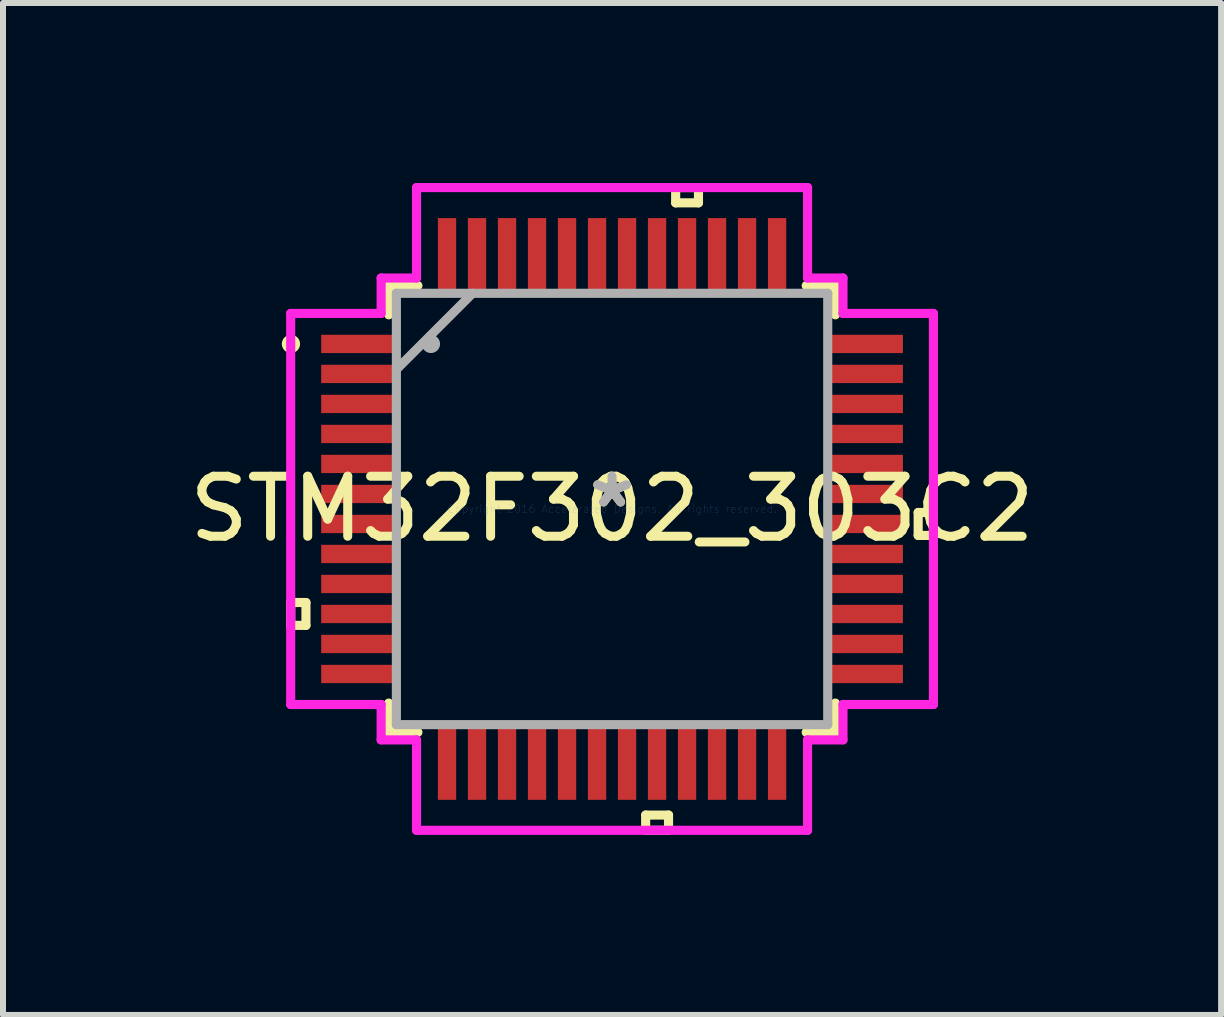
<source format=kicad_pcb>
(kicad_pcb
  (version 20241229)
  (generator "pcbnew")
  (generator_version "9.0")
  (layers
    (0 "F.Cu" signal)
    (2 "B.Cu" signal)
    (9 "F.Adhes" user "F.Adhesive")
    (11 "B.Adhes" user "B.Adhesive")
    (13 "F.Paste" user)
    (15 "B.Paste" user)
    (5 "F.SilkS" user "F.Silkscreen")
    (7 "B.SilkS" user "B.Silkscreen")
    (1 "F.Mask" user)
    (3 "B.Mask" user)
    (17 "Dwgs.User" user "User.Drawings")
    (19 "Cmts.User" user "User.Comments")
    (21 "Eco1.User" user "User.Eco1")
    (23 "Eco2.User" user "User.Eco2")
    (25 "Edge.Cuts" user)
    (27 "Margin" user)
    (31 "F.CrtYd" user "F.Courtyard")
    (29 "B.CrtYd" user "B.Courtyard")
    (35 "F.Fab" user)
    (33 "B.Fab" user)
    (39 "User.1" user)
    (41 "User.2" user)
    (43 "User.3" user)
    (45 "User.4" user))
  (footprint "STM32F302_303C2"
    (layer "F.Cu")
    (at 7.149 5.431)
    (property "Reference" "STM32F302_303C2" (at 0 0 0) (layer "F.SilkS") (effects (font (size 1 1) (thickness 0.15))))
    (attr through_hole)
    (fp_line (start -5.355 1.559) (end -5.355 1.94) (stroke (width 0.152) (type solid)) (layer "F.SilkS"))
    (fp_line (start -5.355 1.94) (end -5.101 1.94) (stroke (width 0.152) (type solid)) (layer "F.SilkS"))
    (fp_line (start -5.101 1.559) (end -5.355 1.559) (stroke (width 0.152) (type solid)) (layer "F.SilkS"))
    (fp_line (start -5.101 1.94) (end -5.101 1.559) (stroke (width 0.152) (type solid)) (layer "F.SilkS"))
    (fp_line (start -3.721 -3.721) (end -3.721 -3.235) (stroke (width 0.152) (type solid)) (layer "F.SilkS"))
    (fp_line (start -3.721 3.235) (end -3.721 3.721) (stroke (width 0.152) (type solid)) (layer "F.SilkS"))
    (fp_line (start -3.721 3.721) (end -3.235 3.721) (stroke (width 0.152) (type solid)) (layer "F.SilkS"))
    (fp_line (start -3.235 -3.721) (end -3.721 -3.721) (stroke (width 0.152) (type solid)) (layer "F.SilkS"))
    (fp_line (start 0.56 5.101) (end 0.56 5.355) (stroke (width 0.152) (type solid)) (layer "F.SilkS"))
    (fp_line (start 0.56 5.355) (end 0.941 5.355) (stroke (width 0.152) (type solid)) (layer "F.SilkS"))
    (fp_line (start 0.941 5.101) (end 0.56 5.101) (stroke (width 0.152) (type solid)) (layer "F.SilkS"))
    (fp_line (start 0.941 5.355) (end 0.941 5.101) (stroke (width 0.152) (type solid)) (layer "F.SilkS"))
    (fp_line (start 1.06 -5.355) (end 1.44 -5.355) (stroke (width 0.152) (type solid)) (layer "F.SilkS"))
    (fp_line (start 1.06 -5.101) (end 1.06 -5.355) (stroke (width 0.152) (type solid)) (layer "F.SilkS"))
    (fp_line (start 1.44 -5.355) (end 1.44 -5.101) (stroke (width 0.152) (type solid)) (layer "F.SilkS"))
    (fp_line (start 1.44 -5.101) (end 1.06 -5.101) (stroke (width 0.152) (type solid)) (layer "F.SilkS"))
    (fp_line (start 3.235 3.721) (end 3.721 3.721) (stroke (width 0.152) (type solid)) (layer "F.SilkS"))
    (fp_line (start 3.721 -3.721) (end 3.235 -3.721) (stroke (width 0.152) (type solid)) (layer "F.SilkS"))
    (fp_line (start 3.721 -3.235) (end 3.721 -3.721) (stroke (width 0.152) (type solid)) (layer "F.SilkS"))
    (fp_line (start 3.721 3.721) (end 3.721 3.235) (stroke (width 0.152) (type solid)) (layer "F.SilkS"))
    (fp_line (start 5.101 0.059) (end 5.355 0.059) (stroke (width 0.152) (type solid)) (layer "F.SilkS"))
    (fp_line (start 5.101 0.441) (end 5.101 0.059) (stroke (width 0.152) (type solid)) (layer "F.SilkS"))
    (fp_line (start 5.355 0.059) (end 5.355 0.441) (stroke (width 0.152) (type solid)) (layer "F.SilkS"))
    (fp_line (start 5.355 0.441) (end 5.101 0.441) (stroke (width 0.152) (type solid)) (layer "F.SilkS"))
    (fp_circle (center -5.351 -2.75) (end -5.275 -2.75) (stroke (width 0.152) (type solid)) (fill no) (layer "F.SilkS"))
    (fp_line (start -5.355 -3.258) (end -3.848 -3.258) (stroke (width 0.152) (type solid)) (layer "F.CrtYd"))
    (fp_line (start -5.355 3.258) (end -5.355 -3.258) (stroke (width 0.152) (type solid)) (layer "F.CrtYd"))
    (fp_line (start -3.848 -3.848) (end -3.258 -3.848) (stroke (width 0.152) (type solid)) (layer "F.CrtYd"))
    (fp_line (start -3.848 -3.258) (end -3.848 -3.848) (stroke (width 0.152) (type solid)) (layer "F.CrtYd"))
    (fp_line (start -3.848 3.258) (end -5.355 3.258) (stroke (width 0.152) (type solid)) (layer "F.CrtYd"))
    (fp_line (start -3.848 3.848) (end -3.848 3.258) (stroke (width 0.152) (type solid)) (layer "F.CrtYd"))
    (fp_line (start -3.258 -5.355) (end 3.258 -5.355) (stroke (width 0.152) (type solid)) (layer "F.CrtYd"))
    (fp_line (start -3.258 -3.848) (end -3.258 -5.355) (stroke (width 0.152) (type solid)) (layer "F.CrtYd"))
    (fp_line (start -3.258 3.848) (end -3.848 3.848) (stroke (width 0.152) (type solid)) (layer "F.CrtYd"))
    (fp_line (start -3.258 5.355) (end -3.258 3.848) (stroke (width 0.152) (type solid)) (layer "F.CrtYd"))
    (fp_line (start 3.258 -5.355) (end 3.258 -3.848) (stroke (width 0.152) (type solid)) (layer "F.CrtYd"))
    (fp_line (start 3.258 -3.848) (end 3.848 -3.848) (stroke (width 0.152) (type solid)) (layer "F.CrtYd"))
    (fp_line (start 3.258 3.848) (end 3.258 5.355) (stroke (width 0.152) (type solid)) (layer "F.CrtYd"))
    (fp_line (start 3.258 5.355) (end -3.258 5.355) (stroke (width 0.152) (type solid)) (layer "F.CrtYd"))
    (fp_line (start 3.848 -3.848) (end 3.848 -3.258) (stroke (width 0.152) (type solid)) (layer "F.CrtYd"))
    (fp_line (start 3.848 -3.258) (end 5.355 -3.258) (stroke (width 0.152) (type solid)) (layer "F.CrtYd"))
    (fp_line (start 3.848 3.258) (end 3.848 3.848) (stroke (width 0.152) (type solid)) (layer "F.CrtYd"))
    (fp_line (start 3.848 3.848) (end 3.258 3.848) (stroke (width 0.152) (type solid)) (layer "F.CrtYd"))
    (fp_line (start 5.355 -3.258) (end 5.355 3.258) (stroke (width 0.152) (type solid)) (layer "F.CrtYd"))
    (fp_line (start 5.355 3.258) (end 3.848 3.258) (stroke (width 0.152) (type solid)) (layer "F.CrtYd"))
    (fp_line (start -3.594 -3.594) (end -3.594 3.594) (stroke (width 0.152) (type solid)) (layer "F.Fab"))
    (fp_line (start -3.594 -2.324) (end -2.324 -3.594) (stroke (width 0.152) (type solid)) (layer "F.Fab"))
    (fp_line (start -3.594 3.594) (end 3.594 3.594) (stroke (width 0.152) (type solid)) (layer "F.Fab"))
    (fp_line (start 3.594 -3.594) (end -3.594 -3.594) (stroke (width 0.152) (type solid)) (layer "F.Fab"))
    (fp_line (start 3.594 3.594) (end 3.594 -3.594) (stroke (width 0.152) (type solid)) (layer "F.Fab"))
    (fp_circle (center -3.018 -2.75) (end -2.942 -2.75) (stroke (width 0.152) (type solid)) (fill no) (layer "F.Fab"))
    (fp_text user "*" (at 0 0 0) (layer "F.SilkS") (effects (font (size 1 1) (thickness 0.15))))
    (fp_text user "Copyright 2016 Accelerated Designs. All rights reserved." (at 0 0 0) (layer "Cmts.User") (effects (font (size 0.127 0.127) (thickness 0.002))))
    (fp_text user "*" (at 0 0 0) (layer "F.Fab") (effects (font (size 1 1) (thickness 0.15))))
    (pad "1" smd rect (at -4.25 -2.75) (size 1.194 0.305) (layers "F.Cu" "F.Mask" "F.Paste"))
    (pad "2" smd rect (at -4.25 -2.25) (size 1.194 0.305) (layers "F.Cu" "F.Mask" "F.Paste"))
    (pad "3" smd rect (at -4.25 -1.75) (size 1.194 0.305) (layers "F.Cu" "F.Mask" "F.Paste"))
    (pad "4" smd rect (at -4.25 -1.25) (size 1.194 0.305) (layers "F.Cu" "F.Mask" "F.Paste"))
    (pad "5" smd rect (at -4.25 -0.75) (size 1.194 0.305) (layers "F.Cu" "F.Mask" "F.Paste"))
    (pad "6" smd rect (at -4.25 -0.25) (size 1.194 0.305) (layers "F.Cu" "F.Mask" "F.Paste"))
    (pad "7" smd rect (at -4.25 0.25) (size 1.194 0.305) (layers "F.Cu" "F.Mask" "F.Paste"))
    (pad "8" smd rect (at -4.25 0.75) (size 1.194 0.305) (layers "F.Cu" "F.Mask" "F.Paste"))
    (pad "9" smd rect (at -4.25 1.25) (size 1.194 0.305) (layers "F.Cu" "F.Mask" "F.Paste"))
    (pad "10" smd rect (at -4.25 1.75) (size 1.194 0.305) (layers "F.Cu" "F.Mask" "F.Paste"))
    (pad "11" smd rect (at -4.25 2.25) (size 1.194 0.305) (layers "F.Cu" "F.Mask" "F.Paste"))
    (pad "12" smd rect (at -4.25 2.75) (size 1.194 0.305) (layers "F.Cu" "F.Mask" "F.Paste"))
    (pad "13" smd rect (at -2.75 4.25 90) (size 1.194 0.305) (layers "F.Cu" "F.Mask" "F.Paste"))
    (pad "14" smd rect (at -2.25 4.25 90) (size 1.194 0.305) (layers "F.Cu" "F.Mask" "F.Paste"))
    (pad "15" smd rect (at -1.75 4.25 90) (size 1.194 0.305) (layers "F.Cu" "F.Mask" "F.Paste"))
    (pad "16" smd rect (at -1.25 4.25 90) (size 1.194 0.305) (layers "F.Cu" "F.Mask" "F.Paste"))
    (pad "17" smd rect (at -0.75 4.25 90) (size 1.194 0.305) (layers "F.Cu" "F.Mask" "F.Paste"))
    (pad "18" smd rect (at -0.25 4.25 90) (size 1.194 0.305) (layers "F.Cu" "F.Mask" "F.Paste"))
    (pad "19" smd rect (at 0.25 4.25 90) (size 1.194 0.305) (layers "F.Cu" "F.Mask" "F.Paste"))
    (pad "20" smd rect (at 0.75 4.25 90) (size 1.194 0.305) (layers "F.Cu" "F.Mask" "F.Paste"))
    (pad "21" smd rect (at 1.25 4.25 90) (size 1.194 0.305) (layers "F.Cu" "F.Mask" "F.Paste"))
    (pad "22" smd rect (at 1.75 4.25 90) (size 1.194 0.305) (layers "F.Cu" "F.Mask" "F.Paste"))
    (pad "23" smd rect (at 2.25 4.25 90) (size 1.194 0.305) (layers "F.Cu" "F.Mask" "F.Paste"))
    (pad "24" smd rect (at 2.75 4.25 90) (size 1.194 0.305) (layers "F.Cu" "F.Mask" "F.Paste"))
    (pad "25" smd rect (at 4.25 2.75) (size 1.194 0.305) (layers "F.Cu" "F.Mask" "F.Paste"))
    (pad "26" smd rect (at 4.25 2.25) (size 1.194 0.305) (layers "F.Cu" "F.Mask" "F.Paste"))
    (pad "27" smd rect (at 4.25 1.75) (size 1.194 0.305) (layers "F.Cu" "F.Mask" "F.Paste"))
    (pad "28" smd rect (at 4.25 1.25) (size 1.194 0.305) (layers "F.Cu" "F.Mask" "F.Paste"))
    (pad "29" smd rect (at 4.25 0.75) (size 1.194 0.305) (layers "F.Cu" "F.Mask" "F.Paste"))
    (pad "30" smd rect (at 4.25 0.25) (size 1.194 0.305) (layers "F.Cu" "F.Mask" "F.Paste"))
    (pad "31" smd rect (at 4.25 -0.25) (size 1.194 0.305) (layers "F.Cu" "F.Mask" "F.Paste"))
    (pad "32" smd rect (at 4.25 -0.75) (size 1.194 0.305) (layers "F.Cu" "F.Mask" "F.Paste"))
    (pad "33" smd rect (at 4.25 -1.25) (size 1.194 0.305) (layers "F.Cu" "F.Mask" "F.Paste"))
    (pad "34" smd rect (at 4.25 -1.75) (size 1.194 0.305) (layers "F.Cu" "F.Mask" "F.Paste"))
    (pad "35" smd rect (at 4.25 -2.25) (size 1.194 0.305) (layers "F.Cu" "F.Mask" "F.Paste"))
    (pad "36" smd rect (at 4.25 -2.75) (size 1.194 0.305) (layers "F.Cu" "F.Mask" "F.Paste"))
    (pad "37" smd rect (at 2.75 -4.25 90) (size 1.194 0.305) (layers "F.Cu" "F.Mask" "F.Paste"))
    (pad "38" smd rect (at 2.25 -4.25 90) (size 1.194 0.305) (layers "F.Cu" "F.Mask" "F.Paste"))
    (pad "39" smd rect (at 1.75 -4.25 90) (size 1.194 0.305) (layers "F.Cu" "F.Mask" "F.Paste"))
    (pad "40" smd rect (at 1.25 -4.25 90) (size 1.194 0.305) (layers "F.Cu" "F.Mask" "F.Paste"))
    (pad "41" smd rect (at 0.75 -4.25 90) (size 1.194 0.305) (layers "F.Cu" "F.Mask" "F.Paste"))
    (pad "42" smd rect (at 0.25 -4.25 90) (size 1.194 0.305) (layers "F.Cu" "F.Mask" "F.Paste"))
    (pad "43" smd rect (at -0.25 -4.25 90) (size 1.194 0.305) (layers "F.Cu" "F.Mask" "F.Paste"))
    (pad "44" smd rect (at -0.75 -4.25 90) (size 1.194 0.305) (layers "F.Cu" "F.Mask" "F.Paste"))
    (pad "45" smd rect (at -1.25 -4.25 90) (size 1.194 0.305) (layers "F.Cu" "F.Mask" "F.Paste"))
    (pad "46" smd rect (at -1.75 -4.25 90) (size 1.194 0.305) (layers "F.Cu" "F.Mask" "F.Paste"))
    (pad "47" smd rect (at -2.25 -4.25 90) (size 1.194 0.305) (layers "F.Cu" "F.Mask" "F.Paste"))
    (pad "48" smd rect (at -2.75 -4.25 90) (size 1.194 0.305) (layers "F.Cu" "F.Mask" "F.Paste")))
  (gr_rect
    (start -3 -3)
    (end 17.298 13.862)
    (stroke (width 0.1) (type default))
    (fill no)
    (layer "Edge.Cuts")))
</source>
